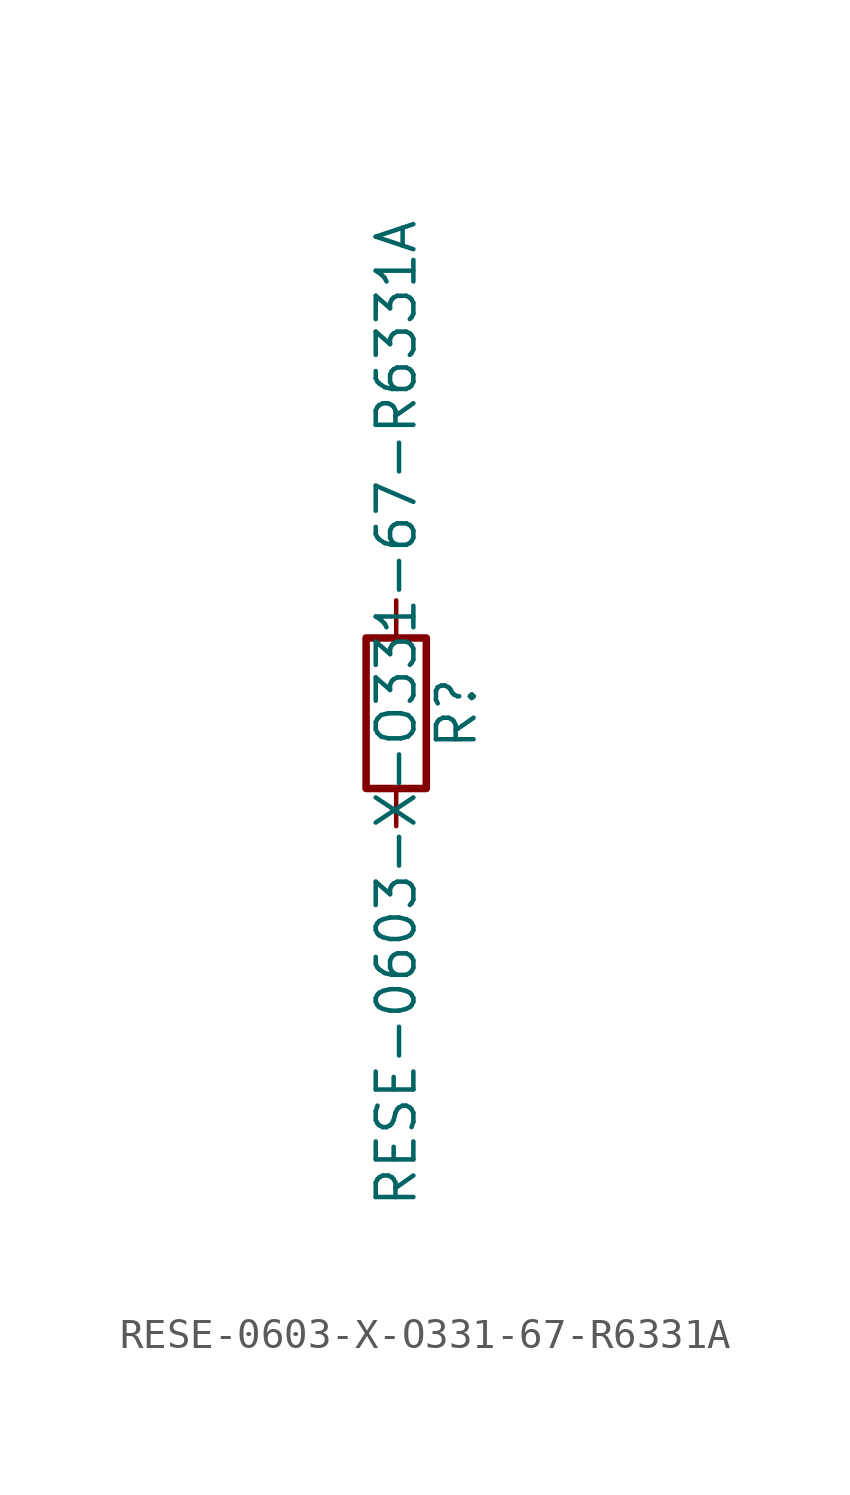
<source format=kicad_sym>
(kicad_symbol_lib
  (version 20211014)
  (generator kicad_symbol_editor)
  (symbol "RESE-0603-X-O331-67-R6331A"
    (pin_numbers hide)
    (pin_names
      (offset 0))
    (property "Reference" "R"
      (at 2.032 0 90)
      (effects (font (size 1.27 1.27))))
    (property "Value" "RESE-0603-X-O331-67-R6331A"
      (at 0 0 90)
      (effects (font (size 1.27 1.27))))
    (symbol "RESE-0603-X-O331-67-R6331A_0_1"
      (rectangle (start -1.016 -2.54) (end 1.016 2.54) (stroke (width 0.254) (type default) (color 0 0 0 0)) (fill (type none))))
    (symbol "RESE-0603-X-O331-67-R6331A_1_1"
      (pin passive line (at 0 3.81 270) (length 1.27) (name "~" (effects (font (size 1.27 1.27)))) (number "1" (effects (font (size 1.27 1.27)))))
      (pin passive line (at 0 -3.81 90) (length 1.27) (name "~" (effects (font (size 1.27 1.27)))) (number "2" (effects (font (size 1.27 1.27))))))))
</source>
